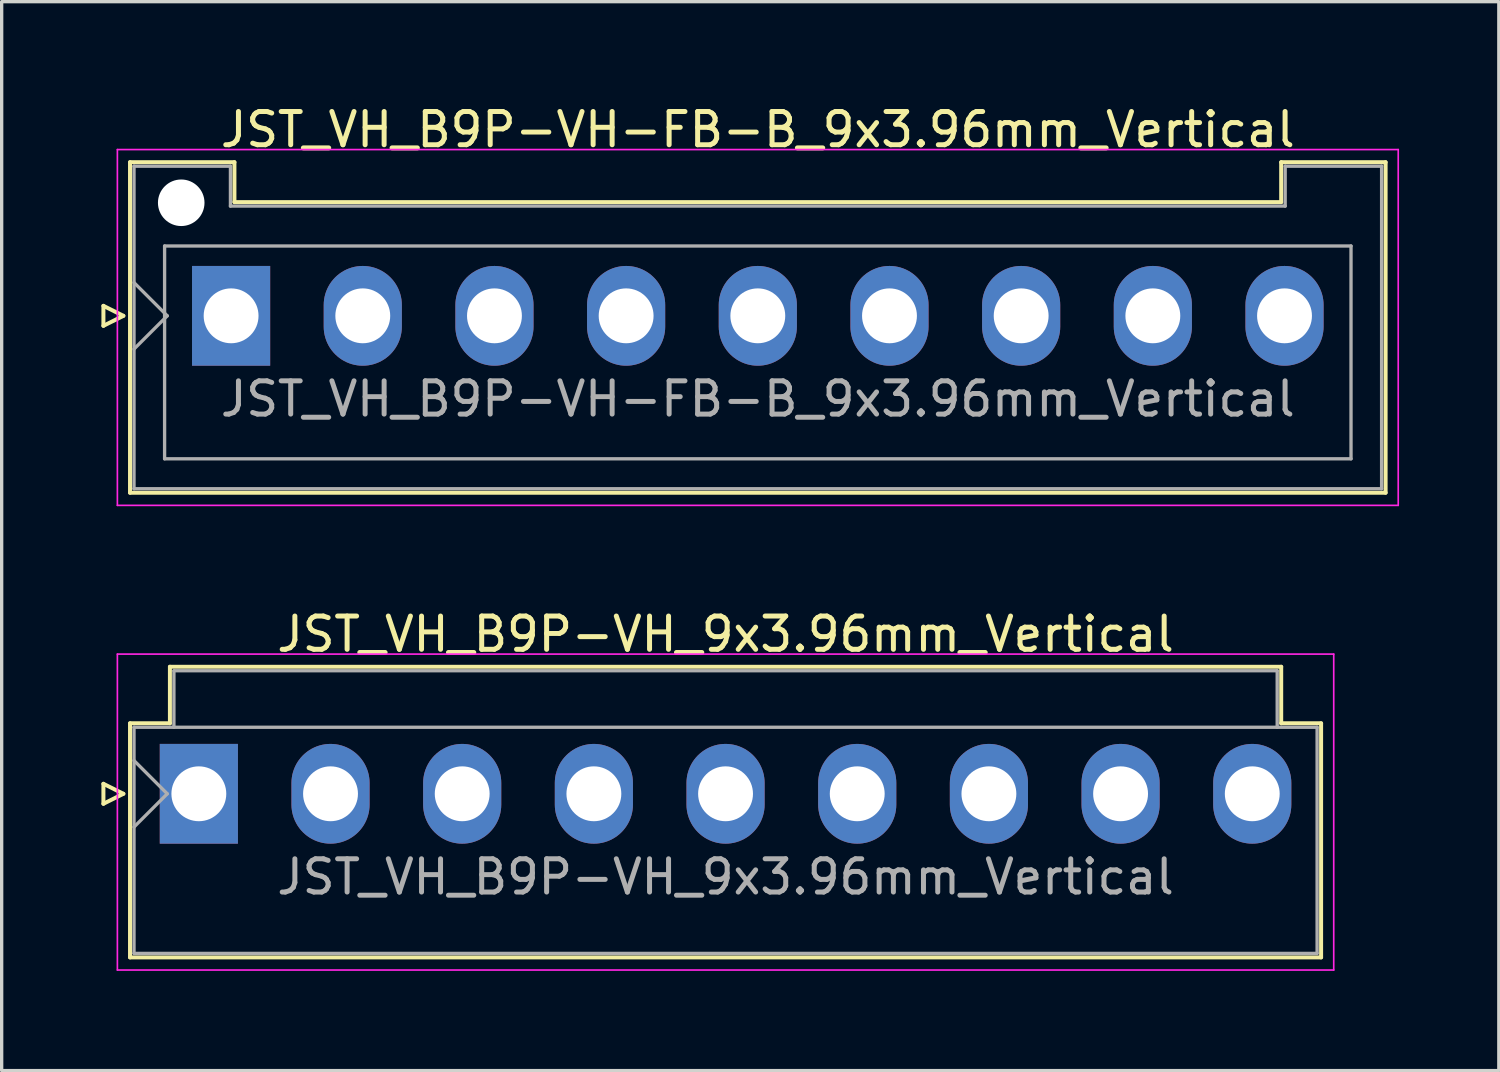
<source format=kicad_pcb>
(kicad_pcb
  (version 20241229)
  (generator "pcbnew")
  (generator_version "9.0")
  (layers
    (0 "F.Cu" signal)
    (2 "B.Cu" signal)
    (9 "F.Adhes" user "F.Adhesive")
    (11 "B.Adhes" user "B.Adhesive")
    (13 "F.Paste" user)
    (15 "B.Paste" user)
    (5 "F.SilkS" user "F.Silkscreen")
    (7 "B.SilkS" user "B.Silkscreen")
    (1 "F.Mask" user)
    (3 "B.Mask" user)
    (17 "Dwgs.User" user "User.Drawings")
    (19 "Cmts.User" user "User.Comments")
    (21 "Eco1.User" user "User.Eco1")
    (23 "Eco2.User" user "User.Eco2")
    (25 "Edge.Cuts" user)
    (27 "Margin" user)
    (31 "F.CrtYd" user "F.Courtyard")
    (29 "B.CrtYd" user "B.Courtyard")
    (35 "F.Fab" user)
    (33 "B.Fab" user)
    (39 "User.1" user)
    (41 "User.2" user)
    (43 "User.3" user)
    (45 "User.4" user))
  (footprint "JST_VH_B9P-VH-FB-B_9x3.96mm_Vertical"
    (layer "F.Cu")
    (at 3.9 6.448)
    (property "Reference" "JST_VH_B9P-VH-FB-B_9x3.96mm_Vertical" (at 15.84 -5.6 0) (layer "F.SilkS") (effects (font (size 1 1) (thickness 0.15))))
    (attr through_hole)
    (fp_line (start -3.84 -0.3) (end -3.24 0) (stroke (width 0.12) (type solid)) (layer "F.SilkS"))
    (fp_line (start -3.84 0.3) (end -3.84 -0.3) (stroke (width 0.12) (type solid)) (layer "F.SilkS"))
    (fp_line (start -3.24 0) (end -3.84 0.3) (stroke (width 0.12) (type solid)) (layer "F.SilkS"))
    (fp_line (start -3.04 -4.62) (end 0.1 -4.62) (stroke (width 0.12) (type solid)) (layer "F.SilkS"))
    (fp_line (start -3.04 5.32) (end -3.04 -4.62) (stroke (width 0.12) (type solid)) (layer "F.SilkS"))
    (fp_line (start 0.1 -4.62) (end 0.1 -3.42) (stroke (width 0.12) (type solid)) (layer "F.SilkS"))
    (fp_line (start 0.1 -3.42) (end 31.58 -3.42) (stroke (width 0.12) (type solid)) (layer "F.SilkS"))
    (fp_line (start 31.58 -4.62) (end 34.72 -4.62) (stroke (width 0.12) (type solid)) (layer "F.SilkS"))
    (fp_line (start 31.58 -3.42) (end 31.58 -4.62) (stroke (width 0.12) (type solid)) (layer "F.SilkS"))
    (fp_line (start 34.72 -4.62) (end 34.72 5.32) (stroke (width 0.12) (type solid)) (layer "F.SilkS"))
    (fp_line (start 34.72 5.32) (end -3.04 5.32) (stroke (width 0.12) (type solid)) (layer "F.SilkS"))
    (fp_line (start -3.42 -5) (end -3.42 5.7) (stroke (width 0.05) (type solid)) (layer "F.CrtYd"))
    (fp_line (start -3.42 5.7) (end 35.1 5.7) (stroke (width 0.05) (type solid)) (layer "F.CrtYd"))
    (fp_line (start 35.1 -5) (end -3.42 -5) (stroke (width 0.05) (type solid)) (layer "F.CrtYd"))
    (fp_line (start 35.1 5.7) (end 35.1 -5) (stroke (width 0.05) (type solid)) (layer "F.CrtYd"))
    (fp_line (start -2.92 -4.5) (end -0.02 -4.5) (stroke (width 0.1) (type solid)) (layer "F.Fab"))
    (fp_line (start -2.92 -1) (end -1.92 0) (stroke (width 0.1) (type solid)) (layer "F.Fab"))
    (fp_line (start -2.92 1) (end -1.92 0) (stroke (width 0.1) (type solid)) (layer "F.Fab"))
    (fp_line (start -2.92 5.2) (end -2.92 -4.5) (stroke (width 0.1) (type solid)) (layer "F.Fab"))
    (fp_line (start -2 -2.1) (end 33.68 -2.1) (stroke (width 0.1) (type solid)) (layer "F.Fab"))
    (fp_line (start -2 4.3) (end -2 -2.1) (stroke (width 0.1) (type solid)) (layer "F.Fab"))
    (fp_line (start -0.02 -4.5) (end -0.02 -3.3) (stroke (width 0.1) (type solid)) (layer "F.Fab"))
    (fp_line (start -0.02 -3.3) (end 31.7 -3.3) (stroke (width 0.1) (type solid)) (layer "F.Fab"))
    (fp_line (start 31.7 -4.5) (end 34.6 -4.5) (stroke (width 0.1) (type solid)) (layer "F.Fab"))
    (fp_line (start 31.7 -3.3) (end 31.7 -4.5) (stroke (width 0.1) (type solid)) (layer "F.Fab"))
    (fp_line (start 33.68 -2.1) (end 33.68 4.3) (stroke (width 0.1) (type solid)) (layer "F.Fab"))
    (fp_line (start 33.68 4.3) (end -2 4.3) (stroke (width 0.1) (type solid)) (layer "F.Fab"))
    (fp_line (start 34.6 -4.5) (end 34.6 5.2) (stroke (width 0.1) (type solid)) (layer "F.Fab"))
    (fp_line (start 34.6 5.2) (end -2.92 5.2) (stroke (width 0.1) (type solid)) (layer "F.Fab"))
    (fp_text user "${REFERENCE}" (at 15.84 2.5 0) (layer "F.Fab") (effects (font (size 1 1) (thickness 0.15))))
    (pad "" np_thru_hole circle (at -1.5 -3.4) (size 1.4 1.4) (drill 1.4) (layers "*.Cu" "*.Mask"))
    (pad "1" thru_hole rect (at 0 0) (size 2.35 3) (drill 1.65) (layers "*.Cu" "*.Mask"))
    (pad "2" thru_hole oval (at 3.96 0) (size 2.35 3) (drill 1.65) (layers "*.Cu" "*.Mask"))
    (pad "3" thru_hole oval (at 7.92 0) (size 2.35 3) (drill 1.65) (layers "*.Cu" "*.Mask"))
    (pad "4" thru_hole oval (at 11.88 0) (size 2.35 3) (drill 1.65) (layers "*.Cu" "*.Mask"))
    (pad "5" thru_hole oval (at 15.84 0) (size 2.35 3) (drill 1.65) (layers "*.Cu" "*.Mask"))
    (pad "6" thru_hole oval (at 19.8 0) (size 2.35 3) (drill 1.65) (layers "*.Cu" "*.Mask"))
    (pad "7" thru_hole oval (at 23.76 0) (size 2.35 3) (drill 1.65) (layers "*.Cu" "*.Mask"))
    (pad "8" thru_hole oval (at 27.72 0) (size 2.35 3) (drill 1.65) (layers "*.Cu" "*.Mask"))
    (pad "9" thru_hole oval (at 31.68 0) (size 2.35 3) (drill 1.65) (layers "*.Cu" "*.Mask")))
  (footprint "JST_VH_B9P-VH_9x3.96mm_Vertical"
    (layer "F.Cu")
    (at 2.93 20.822)
    (property "Reference" "JST_VH_B9P-VH_9x3.96mm_Vertical" (at 15.84 -4.8 0) (layer "F.SilkS") (effects (font (size 1 1) (thickness 0.15))))
    (attr through_hole)
    (fp_line (start -2.87 -0.3) (end -2.27 0) (stroke (width 0.12) (type solid)) (layer "F.SilkS"))
    (fp_line (start -2.87 0.3) (end -2.87 -0.3) (stroke (width 0.12) (type solid)) (layer "F.SilkS"))
    (fp_line (start -2.27 0) (end -2.87 0.3) (stroke (width 0.12) (type solid)) (layer "F.SilkS"))
    (fp_line (start -2.07 -2.12) (end -0.87 -2.12) (stroke (width 0.12) (type solid)) (layer "F.SilkS"))
    (fp_line (start -2.07 4.92) (end -2.07 -2.12) (stroke (width 0.12) (type solid)) (layer "F.SilkS"))
    (fp_line (start -0.87 -3.82) (end 32.55 -3.82) (stroke (width 0.12) (type solid)) (layer "F.SilkS"))
    (fp_line (start -0.87 -2.12) (end -0.87 -3.82) (stroke (width 0.12) (type solid)) (layer "F.SilkS"))
    (fp_line (start 32.55 -3.82) (end 32.55 -2.12) (stroke (width 0.12) (type solid)) (layer "F.SilkS"))
    (fp_line (start 32.55 -2.12) (end 33.75 -2.12) (stroke (width 0.12) (type solid)) (layer "F.SilkS"))
    (fp_line (start 33.75 -2.12) (end 33.75 4.92) (stroke (width 0.12) (type solid)) (layer "F.SilkS"))
    (fp_line (start 33.75 4.92) (end -2.07 4.92) (stroke (width 0.12) (type solid)) (layer "F.SilkS"))
    (fp_line (start -2.45 -4.2) (end -2.45 5.3) (stroke (width 0.05) (type solid)) (layer "F.CrtYd"))
    (fp_line (start -2.45 5.3) (end 34.13 5.3) (stroke (width 0.05) (type solid)) (layer "F.CrtYd"))
    (fp_line (start 34.13 -4.2) (end -2.45 -4.2) (stroke (width 0.05) (type solid)) (layer "F.CrtYd"))
    (fp_line (start 34.13 5.3) (end 34.13 -4.2) (stroke (width 0.05) (type solid)) (layer "F.CrtYd"))
    (fp_line (start -1.95 -2) (end -1.95 4.8) (stroke (width 0.1) (type solid)) (layer "F.Fab"))
    (fp_line (start -1.95 -1) (end -0.95 0) (stroke (width 0.1) (type solid)) (layer "F.Fab"))
    (fp_line (start -1.95 1) (end -0.95 0) (stroke (width 0.1) (type solid)) (layer "F.Fab"))
    (fp_line (start -1.95 4.8) (end 33.63 4.8) (stroke (width 0.1) (type solid)) (layer "F.Fab"))
    (fp_line (start -0.75 -3.7) (end 32.43 -3.7) (stroke (width 0.1) (type solid)) (layer "F.Fab"))
    (fp_line (start -0.75 -2) (end -0.75 -3.7) (stroke (width 0.1) (type solid)) (layer "F.Fab"))
    (fp_line (start 32.43 -3.7) (end 32.43 -2) (stroke (width 0.1) (type solid)) (layer "F.Fab"))
    (fp_line (start 33.63 -2) (end -1.95 -2) (stroke (width 0.1) (type solid)) (layer "F.Fab"))
    (fp_line (start 33.63 4.8) (end 33.63 -2) (stroke (width 0.1) (type solid)) (layer "F.Fab"))
    (fp_text user "${REFERENCE}" (at 15.84 2.5 0) (layer "F.Fab") (effects (font (size 1 1) (thickness 0.15))))
    (pad "1" thru_hole rect (at 0 0) (size 2.35 3) (drill 1.65) (layers "*.Cu" "*.Mask"))
    (pad "2" thru_hole oval (at 3.96 0) (size 2.35 3) (drill 1.65) (layers "*.Cu" "*.Mask"))
    (pad "3" thru_hole oval (at 7.92 0) (size 2.35 3) (drill 1.65) (layers "*.Cu" "*.Mask"))
    (pad "4" thru_hole oval (at 11.88 0) (size 2.35 3) (drill 1.65) (layers "*.Cu" "*.Mask"))
    (pad "5" thru_hole oval (at 15.84 0) (size 2.35 3) (drill 1.65) (layers "*.Cu" "*.Mask"))
    (pad "6" thru_hole oval (at 19.8 0) (size 2.35 3) (drill 1.65) (layers "*.Cu" "*.Mask"))
    (pad "7" thru_hole oval (at 23.76 0) (size 2.35 3) (drill 1.65) (layers "*.Cu" "*.Mask"))
    (pad "8" thru_hole oval (at 27.72 0) (size 2.35 3) (drill 1.65) (layers "*.Cu" "*.Mask"))
    (pad "9" thru_hole oval (at 31.68 0) (size 2.35 3) (drill 1.65) (layers "*.Cu" "*.Mask")))
  (gr_rect
    (start -3 -3)
    (end 42.025 29.146)
    (stroke (width 0.1) (type default))
    (fill no)
    (layer "Edge.Cuts")))
</source>
